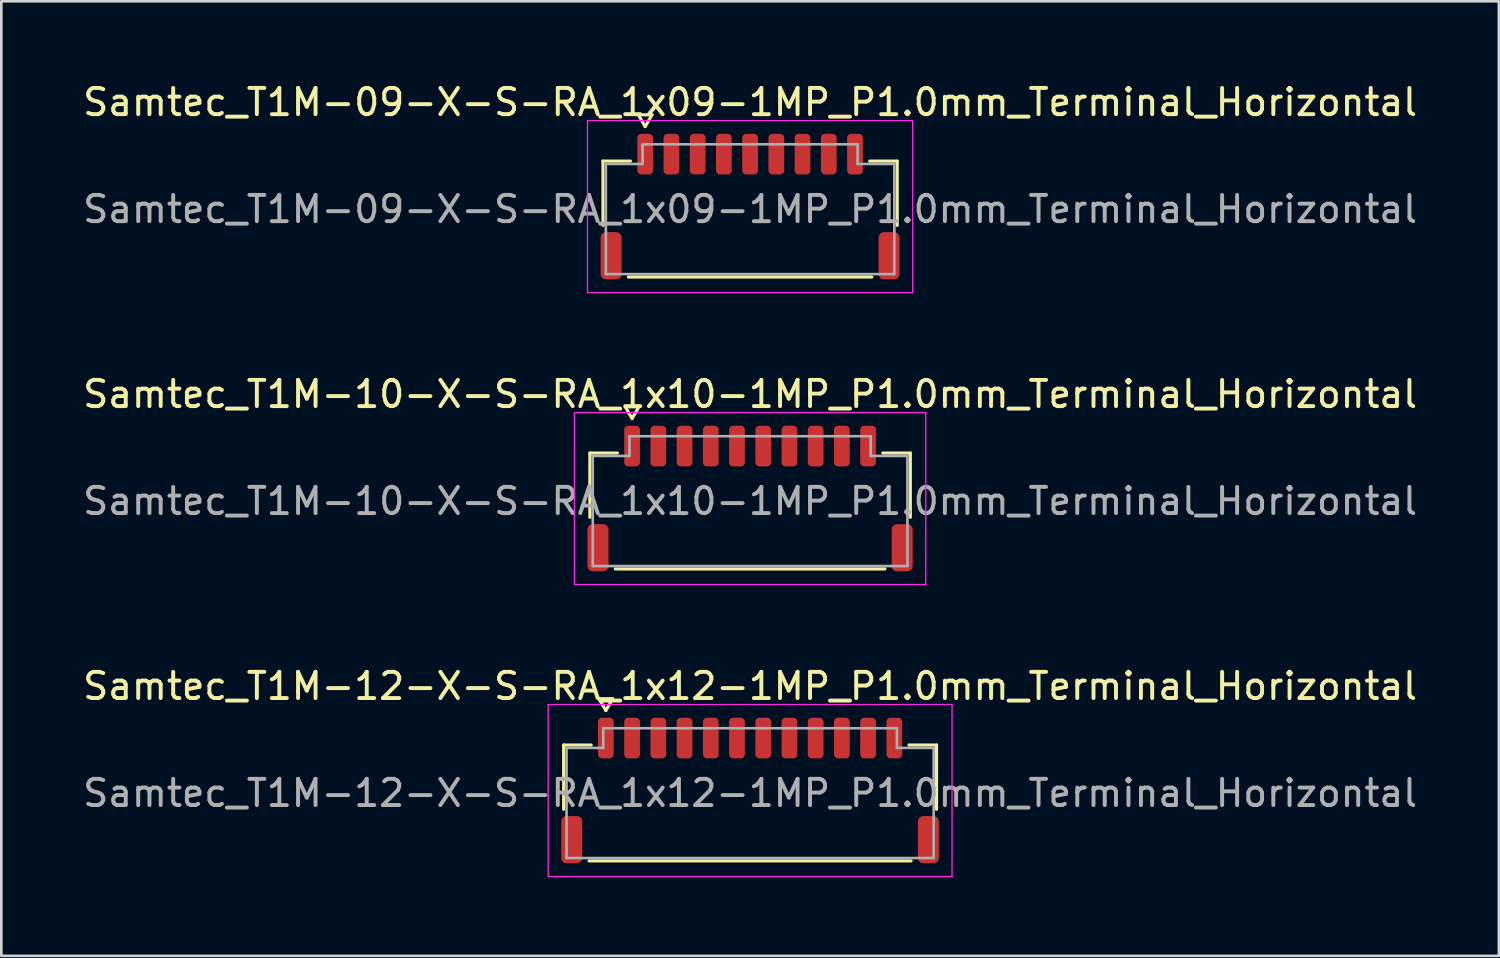
<source format=kicad_pcb>
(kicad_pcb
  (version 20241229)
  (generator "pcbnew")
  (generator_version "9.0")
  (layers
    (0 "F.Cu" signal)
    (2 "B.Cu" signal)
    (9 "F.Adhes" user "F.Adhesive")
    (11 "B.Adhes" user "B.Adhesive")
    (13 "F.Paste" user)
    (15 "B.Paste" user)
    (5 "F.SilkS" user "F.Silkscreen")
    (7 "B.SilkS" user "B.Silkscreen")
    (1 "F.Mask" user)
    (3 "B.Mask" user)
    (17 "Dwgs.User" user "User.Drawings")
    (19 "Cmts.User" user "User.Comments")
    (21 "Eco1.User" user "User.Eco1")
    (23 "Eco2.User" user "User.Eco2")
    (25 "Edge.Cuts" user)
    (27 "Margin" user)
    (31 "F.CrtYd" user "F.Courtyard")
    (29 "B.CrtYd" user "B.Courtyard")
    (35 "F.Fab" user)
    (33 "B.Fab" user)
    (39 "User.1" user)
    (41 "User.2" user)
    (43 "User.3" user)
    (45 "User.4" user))
  (footprint "Samtec_T1M-09-X-S-RA_1x09-1MP_P1.0mm_Terminal_Horizontal"
    (layer "F.Cu")
    (at 25.554 4.928)
    (property "Reference" "Samtec_T1M-09-X-S-RA_1x09-1MP_P1.0mm_Terminal_Horizontal" (at 0 -4.08 0) (layer "F.SilkS") (effects (font (size 1 1) (thickness 0.15))))
    (attr smd)
    (fp_line (start -5.61 -1.835) (end -4.56 -1.835) (stroke (width 0.12) (type solid)) (layer "F.SilkS"))
    (fp_line (start -5.61 0.615) (end -5.61 -1.835) (stroke (width 0.12) (type solid)) (layer "F.SilkS"))
    (fp_line (start -4.26 -3.6) (end -4 -3.15) (stroke (width 0.12) (type solid)) (layer "F.SilkS"))
    (fp_line (start -4 -3.15) (end -3.74 -3.6) (stroke (width 0.12) (type solid)) (layer "F.SilkS"))
    (fp_line (start -3.74 -3.6) (end -4.26 -3.6) (stroke (width 0.12) (type solid)) (layer "F.SilkS"))
    (fp_line (start 4.56 -1.835) (end 5.61 -1.835) (stroke (width 0.12) (type solid)) (layer "F.SilkS"))
    (fp_line (start 4.64 2.585) (end -4.64 2.585) (stroke (width 0.12) (type solid)) (layer "F.SilkS"))
    (fp_line (start 5.61 -1.835) (end 5.61 0.615) (stroke (width 0.12) (type solid)) (layer "F.SilkS"))
    (fp_line (start -6.2 -3.38) (end -6.2 3.18) (stroke (width 0.05) (type solid)) (layer "F.CrtYd"))
    (fp_line (start -6.2 3.18) (end 6.2 3.18) (stroke (width 0.05) (type solid)) (layer "F.CrtYd"))
    (fp_line (start 6.2 -3.38) (end -6.2 -3.38) (stroke (width 0.05) (type solid)) (layer "F.CrtYd"))
    (fp_line (start 6.2 3.18) (end 6.2 -3.38) (stroke (width 0.05) (type solid)) (layer "F.CrtYd"))
    (fp_line (start -5.5 -1.725) (end -4.1 -1.725) (stroke (width 0.1) (type solid)) (layer "F.Fab"))
    (fp_line (start -5.5 2.475) (end -5.5 -1.725) (stroke (width 0.1) (type solid)) (layer "F.Fab"))
    (fp_line (start -4.1 -2.475) (end 4.1 -2.475) (stroke (width 0.1) (type solid)) (layer "F.Fab"))
    (fp_line (start -4.1 -1.725) (end -4.1 -2.475) (stroke (width 0.1) (type solid)) (layer "F.Fab"))
    (fp_line (start 4.1 -2.475) (end 4.1 -1.725) (stroke (width 0.1) (type solid)) (layer "F.Fab"))
    (fp_line (start 4.1 -1.725) (end 5.5 -1.725) (stroke (width 0.1) (type solid)) (layer "F.Fab"))
    (fp_line (start 5.5 -1.725) (end 5.5 2.475) (stroke (width 0.1) (type solid)) (layer "F.Fab"))
    (fp_line (start 5.5 2.475) (end -5.5 2.475) (stroke (width 0.1) (type solid)) (layer "F.Fab"))
    (fp_text user "${REFERENCE}" (at 0 0 0) (layer "F.Fab") (effects (font (size 1 1) (thickness 0.15))))
    (pad "1" smd roundrect (at -4 -2.1) (size 0.6 1.55) (layers "F.Cu" "F.Mask" "F.Paste") (roundrect_rratio 0.25))
    (pad "2" smd roundrect (at -3 -2.1) (size 0.6 1.55) (layers "F.Cu" "F.Mask" "F.Paste") (roundrect_rratio 0.25))
    (pad "3" smd roundrect (at -2 -2.1) (size 0.6 1.55) (layers "F.Cu" "F.Mask" "F.Paste") (roundrect_rratio 0.25))
    (pad "4" smd roundrect (at -1 -2.1) (size 0.6 1.55) (layers "F.Cu" "F.Mask" "F.Paste") (roundrect_rratio 0.25))
    (pad "5" smd roundrect (at 0 -2.1) (size 0.6 1.55) (layers "F.Cu" "F.Mask" "F.Paste") (roundrect_rratio 0.25))
    (pad "6" smd roundrect (at 1 -2.1) (size 0.6 1.55) (layers "F.Cu" "F.Mask" "F.Paste") (roundrect_rratio 0.25))
    (pad "7" smd roundrect (at 2 -2.1) (size 0.6 1.55) (layers "F.Cu" "F.Mask" "F.Paste") (roundrect_rratio 0.25))
    (pad "8" smd roundrect (at 3 -2.1) (size 0.6 1.55) (layers "F.Cu" "F.Mask" "F.Paste") (roundrect_rratio 0.25))
    (pad "9" smd roundrect (at 4 -2.1) (size 0.6 1.55) (layers "F.Cu" "F.Mask" "F.Paste") (roundrect_rratio 0.25))
    (pad "MP" smd roundrect (at -5.3 1.775) (size 0.8 1.8) (layers "F.Cu" "F.Mask" "F.Paste") (roundrect_rratio 0.25))
    (pad "MP" smd roundrect (at 5.3 1.775) (size 0.8 1.8) (layers "F.Cu" "F.Mask" "F.Paste") (roundrect_rratio 0.25)))
  (footprint "Samtec_T1M-12-X-S-RA_1x12-1MP_P1.0mm_Terminal_Horizontal"
    (layer "F.Cu")
    (at 25.554 27.195)
    (property "Reference" "Samtec_T1M-12-X-S-RA_1x12-1MP_P1.0mm_Terminal_Horizontal" (at 0 -4.08 0) (layer "F.SilkS") (effects (font (size 1 1) (thickness 0.15))))
    (attr smd)
    (fp_line (start -7.11 -1.835) (end -6.06 -1.835) (stroke (width 0.12) (type solid)) (layer "F.SilkS"))
    (fp_line (start -7.11 0.615) (end -7.11 -1.835) (stroke (width 0.12) (type solid)) (layer "F.SilkS"))
    (fp_line (start -5.76 -3.6) (end -5.5 -3.15) (stroke (width 0.12) (type solid)) (layer "F.SilkS"))
    (fp_line (start -5.5 -3.15) (end -5.24 -3.6) (stroke (width 0.12) (type solid)) (layer "F.SilkS"))
    (fp_line (start -5.24 -3.6) (end -5.76 -3.6) (stroke (width 0.12) (type solid)) (layer "F.SilkS"))
    (fp_line (start 6.06 -1.835) (end 7.11 -1.835) (stroke (width 0.12) (type solid)) (layer "F.SilkS"))
    (fp_line (start 6.14 2.585) (end -6.14 2.585) (stroke (width 0.12) (type solid)) (layer "F.SilkS"))
    (fp_line (start 7.11 -1.835) (end 7.11 0.615) (stroke (width 0.12) (type solid)) (layer "F.SilkS"))
    (fp_line (start -7.7 -3.38) (end -7.7 3.18) (stroke (width 0.05) (type solid)) (layer "F.CrtYd"))
    (fp_line (start -7.7 3.18) (end 7.7 3.18) (stroke (width 0.05) (type solid)) (layer "F.CrtYd"))
    (fp_line (start 7.7 -3.38) (end -7.7 -3.38) (stroke (width 0.05) (type solid)) (layer "F.CrtYd"))
    (fp_line (start 7.7 3.18) (end 7.7 -3.38) (stroke (width 0.05) (type solid)) (layer "F.CrtYd"))
    (fp_line (start -7 -1.725) (end -5.6 -1.725) (stroke (width 0.1) (type solid)) (layer "F.Fab"))
    (fp_line (start -7 2.475) (end -7 -1.725) (stroke (width 0.1) (type solid)) (layer "F.Fab"))
    (fp_line (start -5.6 -2.475) (end 5.6 -2.475) (stroke (width 0.1) (type solid)) (layer "F.Fab"))
    (fp_line (start -5.6 -1.725) (end -5.6 -2.475) (stroke (width 0.1) (type solid)) (layer "F.Fab"))
    (fp_line (start 5.6 -2.475) (end 5.6 -1.725) (stroke (width 0.1) (type solid)) (layer "F.Fab"))
    (fp_line (start 5.6 -1.725) (end 7 -1.725) (stroke (width 0.1) (type solid)) (layer "F.Fab"))
    (fp_line (start 7 -1.725) (end 7 2.475) (stroke (width 0.1) (type solid)) (layer "F.Fab"))
    (fp_line (start 7 2.475) (end -7 2.475) (stroke (width 0.1) (type solid)) (layer "F.Fab"))
    (fp_text user "${REFERENCE}" (at 0 0 0) (layer "F.Fab") (effects (font (size 1 1) (thickness 0.15))))
    (pad "1" smd roundrect (at -5.5 -2.1) (size 0.6 1.55) (layers "F.Cu" "F.Mask" "F.Paste") (roundrect_rratio 0.25))
    (pad "2" smd roundrect (at -4.5 -2.1) (size 0.6 1.55) (layers "F.Cu" "F.Mask" "F.Paste") (roundrect_rratio 0.25))
    (pad "3" smd roundrect (at -3.5 -2.1) (size 0.6 1.55) (layers "F.Cu" "F.Mask" "F.Paste") (roundrect_rratio 0.25))
    (pad "4" smd roundrect (at -2.5 -2.1) (size 0.6 1.55) (layers "F.Cu" "F.Mask" "F.Paste") (roundrect_rratio 0.25))
    (pad "5" smd roundrect (at -1.5 -2.1) (size 0.6 1.55) (layers "F.Cu" "F.Mask" "F.Paste") (roundrect_rratio 0.25))
    (pad "6" smd roundrect (at -0.5 -2.1) (size 0.6 1.55) (layers "F.Cu" "F.Mask" "F.Paste") (roundrect_rratio 0.25))
    (pad "7" smd roundrect (at 0.5 -2.1) (size 0.6 1.55) (layers "F.Cu" "F.Mask" "F.Paste") (roundrect_rratio 0.25))
    (pad "8" smd roundrect (at 1.5 -2.1) (size 0.6 1.55) (layers "F.Cu" "F.Mask" "F.Paste") (roundrect_rratio 0.25))
    (pad "9" smd roundrect (at 2.5 -2.1) (size 0.6 1.55) (layers "F.Cu" "F.Mask" "F.Paste") (roundrect_rratio 0.25))
    (pad "10" smd roundrect (at 3.5 -2.1) (size 0.6 1.55) (layers "F.Cu" "F.Mask" "F.Paste") (roundrect_rratio 0.25))
    (pad "11" smd roundrect (at 4.5 -2.1) (size 0.6 1.55) (layers "F.Cu" "F.Mask" "F.Paste") (roundrect_rratio 0.25))
    (pad "12" smd roundrect (at 5.5 -2.1) (size 0.6 1.55) (layers "F.Cu" "F.Mask" "F.Paste") (roundrect_rratio 0.25))
    (pad "MP" smd roundrect (at -6.8 1.775) (size 0.8 1.8) (layers "F.Cu" "F.Mask" "F.Paste") (roundrect_rratio 0.25))
    (pad "MP" smd roundrect (at 6.8 1.775) (size 0.8 1.8) (layers "F.Cu" "F.Mask" "F.Paste") (roundrect_rratio 0.25)))
  (footprint "Samtec_T1M-10-X-S-RA_1x10-1MP_P1.0mm_Terminal_Horizontal"
    (layer "F.Cu")
    (at 25.554 16.061)
    (property "Reference" "Samtec_T1M-10-X-S-RA_1x10-1MP_P1.0mm_Terminal_Horizontal" (at 0 -4.08 0) (layer "F.SilkS") (effects (font (size 1 1) (thickness 0.15))))
    (attr smd)
    (fp_line (start -6.11 -1.835) (end -5.06 -1.835) (stroke (width 0.12) (type solid)) (layer "F.SilkS"))
    (fp_line (start -6.11 0.615) (end -6.11 -1.835) (stroke (width 0.12) (type solid)) (layer "F.SilkS"))
    (fp_line (start -4.76 -3.6) (end -4.5 -3.15) (stroke (width 0.12) (type solid)) (layer "F.SilkS"))
    (fp_line (start -4.5 -3.15) (end -4.24 -3.6) (stroke (width 0.12) (type solid)) (layer "F.SilkS"))
    (fp_line (start -4.24 -3.6) (end -4.76 -3.6) (stroke (width 0.12) (type solid)) (layer "F.SilkS"))
    (fp_line (start 5.06 -1.835) (end 6.11 -1.835) (stroke (width 0.12) (type solid)) (layer "F.SilkS"))
    (fp_line (start 5.14 2.585) (end -5.14 2.585) (stroke (width 0.12) (type solid)) (layer "F.SilkS"))
    (fp_line (start 6.11 -1.835) (end 6.11 0.615) (stroke (width 0.12) (type solid)) (layer "F.SilkS"))
    (fp_line (start -6.7 -3.38) (end -6.7 3.18) (stroke (width 0.05) (type solid)) (layer "F.CrtYd"))
    (fp_line (start -6.7 3.18) (end 6.7 3.18) (stroke (width 0.05) (type solid)) (layer "F.CrtYd"))
    (fp_line (start 6.7 -3.38) (end -6.7 -3.38) (stroke (width 0.05) (type solid)) (layer "F.CrtYd"))
    (fp_line (start 6.7 3.18) (end 6.7 -3.38) (stroke (width 0.05) (type solid)) (layer "F.CrtYd"))
    (fp_line (start -6 -1.725) (end -4.6 -1.725) (stroke (width 0.1) (type solid)) (layer "F.Fab"))
    (fp_line (start -6 2.475) (end -6 -1.725) (stroke (width 0.1) (type solid)) (layer "F.Fab"))
    (fp_line (start -4.6 -2.475) (end 4.6 -2.475) (stroke (width 0.1) (type solid)) (layer "F.Fab"))
    (fp_line (start -4.6 -1.725) (end -4.6 -2.475) (stroke (width 0.1) (type solid)) (layer "F.Fab"))
    (fp_line (start 4.6 -2.475) (end 4.6 -1.725) (stroke (width 0.1) (type solid)) (layer "F.Fab"))
    (fp_line (start 4.6 -1.725) (end 6 -1.725) (stroke (width 0.1) (type solid)) (layer "F.Fab"))
    (fp_line (start 6 -1.725) (end 6 2.475) (stroke (width 0.1) (type solid)) (layer "F.Fab"))
    (fp_line (start 6 2.475) (end -6 2.475) (stroke (width 0.1) (type solid)) (layer "F.Fab"))
    (fp_text user "${REFERENCE}" (at 0 0 0) (layer "F.Fab") (effects (font (size 1 1) (thickness 0.15))))
    (pad "1" smd roundrect (at -4.5 -2.1) (size 0.6 1.55) (layers "F.Cu" "F.Mask" "F.Paste") (roundrect_rratio 0.25))
    (pad "2" smd roundrect (at -3.5 -2.1) (size 0.6 1.55) (layers "F.Cu" "F.Mask" "F.Paste") (roundrect_rratio 0.25))
    (pad "3" smd roundrect (at -2.5 -2.1) (size 0.6 1.55) (layers "F.Cu" "F.Mask" "F.Paste") (roundrect_rratio 0.25))
    (pad "4" smd roundrect (at -1.5 -2.1) (size 0.6 1.55) (layers "F.Cu" "F.Mask" "F.Paste") (roundrect_rratio 0.25))
    (pad "5" smd roundrect (at -0.5 -2.1) (size 0.6 1.55) (layers "F.Cu" "F.Mask" "F.Paste") (roundrect_rratio 0.25))
    (pad "6" smd roundrect (at 0.5 -2.1) (size 0.6 1.55) (layers "F.Cu" "F.Mask" "F.Paste") (roundrect_rratio 0.25))
    (pad "7" smd roundrect (at 1.5 -2.1) (size 0.6 1.55) (layers "F.Cu" "F.Mask" "F.Paste") (roundrect_rratio 0.25))
    (pad "8" smd roundrect (at 2.5 -2.1) (size 0.6 1.55) (layers "F.Cu" "F.Mask" "F.Paste") (roundrect_rratio 0.25))
    (pad "9" smd roundrect (at 3.5 -2.1) (size 0.6 1.55) (layers "F.Cu" "F.Mask" "F.Paste") (roundrect_rratio 0.25))
    (pad "10" smd roundrect (at 4.5 -2.1) (size 0.6 1.55) (layers "F.Cu" "F.Mask" "F.Paste") (roundrect_rratio 0.25))
    (pad "MP" smd roundrect (at -5.8 1.775) (size 0.8 1.8) (layers "F.Cu" "F.Mask" "F.Paste") (roundrect_rratio 0.25))
    (pad "MP" smd roundrect (at 5.8 1.775) (size 0.8 1.8) (layers "F.Cu" "F.Mask" "F.Paste") (roundrect_rratio 0.25)))
  (gr_rect
    (start -3 -3)
    (end 54.107 33.4)
    (stroke (width 0.1) (type default))
    (fill no)
    (layer "Edge.Cuts")))
</source>
